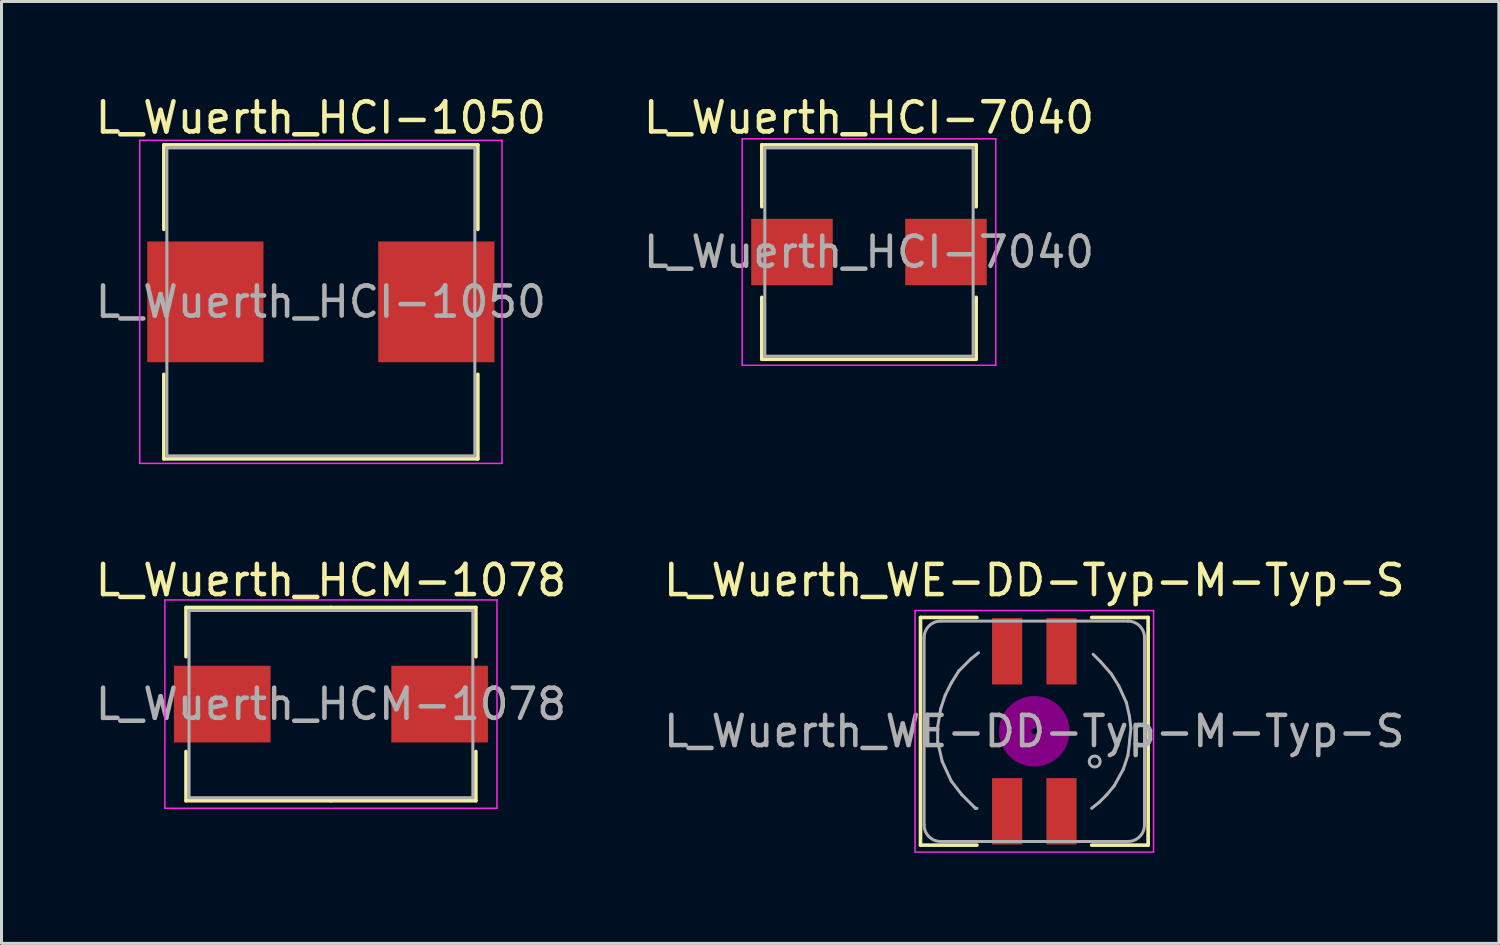
<source format=kicad_pcb>
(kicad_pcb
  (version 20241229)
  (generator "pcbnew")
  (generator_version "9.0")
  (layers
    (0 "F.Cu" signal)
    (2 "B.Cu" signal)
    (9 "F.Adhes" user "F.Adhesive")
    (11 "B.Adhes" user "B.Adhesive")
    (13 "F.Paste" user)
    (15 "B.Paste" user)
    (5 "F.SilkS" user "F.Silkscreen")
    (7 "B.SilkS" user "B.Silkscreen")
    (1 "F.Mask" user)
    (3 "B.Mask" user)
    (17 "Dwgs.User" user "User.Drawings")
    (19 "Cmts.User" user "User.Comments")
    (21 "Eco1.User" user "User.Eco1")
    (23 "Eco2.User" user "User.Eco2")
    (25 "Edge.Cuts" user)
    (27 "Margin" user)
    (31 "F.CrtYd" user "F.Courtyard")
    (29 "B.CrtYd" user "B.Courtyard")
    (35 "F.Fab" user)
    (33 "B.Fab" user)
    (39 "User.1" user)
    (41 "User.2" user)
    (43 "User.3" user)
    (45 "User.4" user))
  (footprint "L_Wuerth_WE-DD-Typ-M-Typ-S"
    (layer "F.Cu")
    (at 31.208 21.172)
    (property "Reference" "L_Wuerth_WE-DD-Typ-M-Typ-S" (at 0 -5 0) (layer "F.SilkS") (effects (font (size 1 1) (thickness 0.15))))
    (attr smd)
    (fp_line (start -3.77 -3.77) (end -1.9 -3.77) (stroke (width 0.12) (type solid)) (layer "F.SilkS"))
    (fp_line (start -3.77 3.77) (end -3.77 -3.77) (stroke (width 0.12) (type solid)) (layer "F.SilkS"))
    (fp_line (start -1.9 3.77) (end -3.77 3.77) (stroke (width 0.12) (type solid)) (layer "F.SilkS"))
    (fp_line (start 1.9 -3.77) (end 3.77 -3.77) (stroke (width 0.12) (type solid)) (layer "F.SilkS"))
    (fp_line (start 3.77 -3.77) (end 3.77 3.77) (stroke (width 0.12) (type solid)) (layer "F.SilkS"))
    (fp_line (start 3.77 3.77) (end 1.9 3.77) (stroke (width 0.12) (type solid)) (layer "F.SilkS"))
    (fp_circle (center 0 0) (end 0.1 0) (stroke (width 0.3) (type solid)) (fill no) (layer "F.Adhes"))
    (fp_circle (center 0 0) (end 0.3 -0.1) (stroke (width 0.3) (type solid)) (fill no) (layer "F.Adhes"))
    (fp_circle (center 0 0) (end 0.6 0) (stroke (width 0.3) (type solid)) (fill no) (layer "F.Adhes"))
    (fp_circle (center 0 0) (end 0.8 -0.1) (stroke (width 0.3) (type solid)) (fill no) (layer "F.Adhes"))
    (fp_circle (center 0 0) (end 1 -0.2) (stroke (width 0.3) (type solid)) (fill no) (layer "F.Adhes"))
    (fp_circle (center 0.8 0) (end 0.8 0) (stroke (width 0.3) (type solid)) (fill no) (layer "F.Adhes"))
    (fp_line (start -3.95 -4) (end 3.95 -4) (stroke (width 0.05) (type solid)) (layer "F.CrtYd"))
    (fp_line (start -3.95 4) (end -3.95 -4) (stroke (width 0.05) (type solid)) (layer "F.CrtYd"))
    (fp_line (start 3.95 -4) (end 3.95 4) (stroke (width 0.05) (type solid)) (layer "F.CrtYd"))
    (fp_line (start 3.95 4) (end -3.95 4) (stroke (width 0.05) (type solid)) (layer "F.CrtYd"))
    (fp_line (start -3.65 -3.1) (end -3.65 3.1) (stroke (width 0.1) (type solid)) (layer "F.Fab"))
    (fp_line (start -3.2 -0.15) (end -3.2 0.35) (stroke (width 0.1) (type solid)) (layer "F.Fab"))
    (fp_line (start -3.2 0.35) (end -3.05 1) (stroke (width 0.1) (type solid)) (layer "F.Fab"))
    (fp_line (start -3.1 -0.75) (end -3.2 -0.15) (stroke (width 0.1) (type solid)) (layer "F.Fab"))
    (fp_line (start -3.1 3.65) (end 3.1 3.65) (stroke (width 0.1) (type solid)) (layer "F.Fab"))
    (fp_line (start -3.05 1) (end -2.75 1.65) (stroke (width 0.1) (type solid)) (layer "F.Fab"))
    (fp_line (start -2.95 -1.2) (end -3.1 -0.75) (stroke (width 0.1) (type solid)) (layer "F.Fab"))
    (fp_line (start -2.75 -1.6) (end -2.95 -1.2) (stroke (width 0.1) (type solid)) (layer "F.Fab"))
    (fp_line (start -2.75 1.65) (end -2.4 2.1) (stroke (width 0.1) (type solid)) (layer "F.Fab"))
    (fp_line (start -2.5 -2) (end -2.75 -1.6) (stroke (width 0.1) (type solid)) (layer "F.Fab"))
    (fp_line (start -2.4 2.1) (end -1.95 2.55) (stroke (width 0.1) (type solid)) (layer "F.Fab"))
    (fp_line (start -2.1 -2.4) (end -2.5 -2) (stroke (width 0.1) (type solid)) (layer "F.Fab"))
    (fp_line (start -1.95 2.55) (end -1.9 2.55) (stroke (width 0.1) (type solid)) (layer "F.Fab"))
    (fp_line (start -1.85 -2.6) (end -2.1 -2.4) (stroke (width 0.1) (type solid)) (layer "F.Fab"))
    (fp_line (start 1.95 -2.55) (end 2.2 -2.3) (stroke (width 0.1) (type solid)) (layer "F.Fab"))
    (fp_line (start 2.15 2.35) (end 1.9 2.55) (stroke (width 0.1) (type solid)) (layer "F.Fab"))
    (fp_line (start 2.2 -2.3) (end 2.55 -1.9) (stroke (width 0.1) (type solid)) (layer "F.Fab"))
    (fp_line (start 2.4 2.1) (end 2.15 2.35) (stroke (width 0.1) (type solid)) (layer "F.Fab"))
    (fp_line (start 2.55 -1.9) (end 2.8 -1.5) (stroke (width 0.1) (type solid)) (layer "F.Fab"))
    (fp_line (start 2.65 1.8) (end 2.4 2.1) (stroke (width 0.1) (type solid)) (layer "F.Fab"))
    (fp_line (start 2.8 -1.5) (end 3.05 -0.95) (stroke (width 0.1) (type solid)) (layer "F.Fab"))
    (fp_line (start 2.95 1.25) (end 2.65 1.8) (stroke (width 0.1) (type solid)) (layer "F.Fab"))
    (fp_line (start 3.05 -0.95) (end 3.15 -0.5) (stroke (width 0.1) (type solid)) (layer "F.Fab"))
    (fp_line (start 3.1 -3.65) (end -3.1 -3.65) (stroke (width 0.1) (type solid)) (layer "F.Fab"))
    (fp_line (start 3.1 0.8) (end 2.95 1.25) (stroke (width 0.1) (type solid)) (layer "F.Fab"))
    (fp_line (start 3.15 -0.5) (end 3.2 -0.1) (stroke (width 0.1) (type solid)) (layer "F.Fab"))
    (fp_line (start 3.15 0.4) (end 3.1 0.8) (stroke (width 0.1) (type solid)) (layer "F.Fab"))
    (fp_line (start 3.2 -0.1) (end 3.15 0.35) (stroke (width 0.1) (type solid)) (layer "F.Fab"))
    (fp_line (start 3.65 -3.1) (end 3.65 3.1) (stroke (width 0.1) (type solid)) (layer "F.Fab"))
    (fp_arc (start -3.65 -3.1) (mid -3.488909 -3.488909) (end -3.1 -3.65) (stroke (width 0.1) (type solid)) (layer "F.Fab"))
    (fp_arc (start -3.1 3.65) (mid -3.488909 3.488909) (end -3.65 3.1) (stroke (width 0.1) (type solid)) (layer "F.Fab"))
    (fp_arc (start 3.1 -3.65) (mid 3.488909 -3.488909) (end 3.65 -3.1) (stroke (width 0.1) (type solid)) (layer "F.Fab"))
    (fp_arc (start 3.65 3.1) (mid 3.488909 3.488909) (end 3.1 3.65) (stroke (width 0.1) (type solid)) (layer "F.Fab"))
    (fp_circle (center 2 1) (end 2.15 0.9) (stroke (width 0.1) (type solid)) (fill no) (layer "F.Fab"))
    (fp_text user "${REFERENCE}" (at 0 0 0) (layer "F.Fab") (effects (font (size 1 1) (thickness 0.15))))
    (pad "1" smd rect (at -0.9 2.65) (size 1 2.2) (layers "F.Cu" "F.Mask" "F.Paste"))
    (pad "2" smd rect (at -0.9 -2.65) (size 1 2.2) (layers "F.Cu" "F.Mask" "F.Paste"))
    (pad "3" smd rect (at 0.9 -2.65) (size 1 2.2) (layers "F.Cu" "F.Mask" "F.Paste"))
    (pad "4" smd rect (at 0.9 2.65) (size 1 2.2) (layers "F.Cu" "F.Mask" "F.Paste")))
  (footprint "L_Wuerth_HCI-1050"
    (layer "F.Cu")
    (at 7.577 6.948)
    (property "Reference" "L_Wuerth_HCI-1050" (at 0 -6.1 0) (layer "F.SilkS") (effects (font (size 1 1) (thickness 0.15))))
    (attr smd)
    (fp_line (start -5.2 -5.2) (end 5.2 -5.2) (stroke (width 0.12) (type solid)) (layer "F.SilkS"))
    (fp_line (start -5.2 -2.4) (end -5.2 -5.2) (stroke (width 0.12) (type solid)) (layer "F.SilkS"))
    (fp_line (start -5.2 2.4) (end -5.2 5.2) (stroke (width 0.12) (type solid)) (layer "F.SilkS"))
    (fp_line (start -5.2 5.2) (end 5.2 5.2) (stroke (width 0.12) (type solid)) (layer "F.SilkS"))
    (fp_line (start 5.2 -5.2) (end 5.2 -2.4) (stroke (width 0.12) (type solid)) (layer "F.SilkS"))
    (fp_line (start 5.2 5.2) (end 5.2 2.4) (stroke (width 0.12) (type solid)) (layer "F.SilkS"))
    (fp_line (start -6 -5.35) (end -6 5.35) (stroke (width 0.05) (type solid)) (layer "F.CrtYd"))
    (fp_line (start -6 5.35) (end 6 5.35) (stroke (width 0.05) (type solid)) (layer "F.CrtYd"))
    (fp_line (start 6 -5.35) (end -6 -5.35) (stroke (width 0.05) (type solid)) (layer "F.CrtYd"))
    (fp_line (start 6 5.35) (end 6 -5.35) (stroke (width 0.05) (type solid)) (layer "F.CrtYd"))
    (fp_line (start -5.1 -5.1) (end -5.1 5.1) (stroke (width 0.1) (type solid)) (layer "F.Fab"))
    (fp_line (start -5.1 5.1) (end 5.1 5.1) (stroke (width 0.1) (type solid)) (layer "F.Fab"))
    (fp_line (start 5.1 -5.1) (end -5.1 -5.1) (stroke (width 0.1) (type solid)) (layer "F.Fab"))
    (fp_line (start 5.1 5.1) (end 5.1 -5.1) (stroke (width 0.1) (type solid)) (layer "F.Fab"))
    (fp_text user "${REFERENCE}" (at 0 0 0) (layer "F.Fab") (effects (font (size 1 1) (thickness 0.15))))
    (pad "1" smd rect (at -3.825 0) (size 3.85 4) (layers "F.Cu" "F.Mask" "F.Paste"))
    (pad "2" smd rect (at 3.825 0) (size 3.85 4) (layers "F.Cu" "F.Mask" "F.Paste")))
  (footprint "L_Wuerth_HCI-7040"
    (layer "F.Cu")
    (at 25.732 5.298)
    (property "Reference" "L_Wuerth_HCI-7040" (at 0 -4.45 0) (layer "F.SilkS") (effects (font (size 1 1) (thickness 0.15))))
    (attr smd)
    (fp_line (start -3.55 -3.55) (end 3.55 -3.55) (stroke (width 0.12) (type solid)) (layer "F.SilkS"))
    (fp_line (start -3.55 -1.5) (end -3.55 -3.55) (stroke (width 0.12) (type solid)) (layer "F.SilkS"))
    (fp_line (start -3.55 1.5) (end -3.55 3.55) (stroke (width 0.12) (type solid)) (layer "F.SilkS"))
    (fp_line (start -3.55 3.55) (end 3.55 3.55) (stroke (width 0.12) (type solid)) (layer "F.SilkS"))
    (fp_line (start 3.55 -3.55) (end 3.55 -1.5) (stroke (width 0.12) (type solid)) (layer "F.SilkS"))
    (fp_line (start 3.55 3.55) (end 3.55 1.5) (stroke (width 0.12) (type solid)) (layer "F.SilkS"))
    (fp_line (start -4.2 -3.75) (end -4.2 3.75) (stroke (width 0.05) (type solid)) (layer "F.CrtYd"))
    (fp_line (start -4.2 3.75) (end 4.2 3.75) (stroke (width 0.05) (type solid)) (layer "F.CrtYd"))
    (fp_line (start 4.2 -3.75) (end -4.2 -3.75) (stroke (width 0.05) (type solid)) (layer "F.CrtYd"))
    (fp_line (start 4.2 3.75) (end 4.2 -3.75) (stroke (width 0.05) (type solid)) (layer "F.CrtYd"))
    (fp_line (start -3.45 -3.45) (end -3.45 3.45) (stroke (width 0.1) (type solid)) (layer "F.Fab"))
    (fp_line (start -3.45 3.45) (end 3.45 3.45) (stroke (width 0.1) (type solid)) (layer "F.Fab"))
    (fp_line (start 3.45 -3.45) (end -3.45 -3.45) (stroke (width 0.1) (type solid)) (layer "F.Fab"))
    (fp_line (start 3.45 3.45) (end 3.45 -3.45) (stroke (width 0.1) (type solid)) (layer "F.Fab"))
    (fp_text user "${REFERENCE}" (at 0 0 0) (layer "F.Fab") (effects (font (size 1 1) (thickness 0.15))))
    (pad "1" smd rect (at -2.55 0) (size 2.7 2.2) (layers "F.Cu" "F.Mask" "F.Paste"))
    (pad "2" smd rect (at 2.55 0) (size 2.7 2.2) (layers "F.Cu" "F.Mask" "F.Paste")))
  (footprint "L_Wuerth_HCM-1078"
    (layer "F.Cu")
    (at 7.911 20.271)
    (property "Reference" "L_Wuerth_HCM-1078" (at 0 -4.1 0) (layer "F.SilkS") (effects (font (size 1 1) (thickness 0.15))))
    (attr smd)
    (fp_line (start -4.8 -3.2) (end 0 -3.2) (stroke (width 0.12) (type solid)) (layer "F.SilkS"))
    (fp_line (start -4.8 -1.57) (end -4.8 -3.2) (stroke (width 0.12) (type solid)) (layer "F.SilkS"))
    (fp_line (start -4.8 1.57) (end -4.8 3.2) (stroke (width 0.12) (type solid)) (layer "F.SilkS"))
    (fp_line (start -4.8 3.2) (end 0 3.2) (stroke (width 0.12) (type solid)) (layer "F.SilkS"))
    (fp_line (start 4.8 -3.2) (end 0 -3.2) (stroke (width 0.12) (type solid)) (layer "F.SilkS"))
    (fp_line (start 4.8 -1.57) (end 4.8 -3.2) (stroke (width 0.12) (type solid)) (layer "F.SilkS"))
    (fp_line (start 4.8 1.57) (end 4.8 3.2) (stroke (width 0.12) (type solid)) (layer "F.SilkS"))
    (fp_line (start 4.8 3.2) (end 0 3.2) (stroke (width 0.12) (type solid)) (layer "F.SilkS"))
    (fp_line (start -5.5 -3.45) (end -5.5 3.45) (stroke (width 0.05) (type solid)) (layer "F.CrtYd"))
    (fp_line (start -5.5 3.45) (end 5.5 3.45) (stroke (width 0.05) (type solid)) (layer "F.CrtYd"))
    (fp_line (start 5.5 -3.45) (end -5.5 -3.45) (stroke (width 0.05) (type solid)) (layer "F.CrtYd"))
    (fp_line (start 5.5 3.45) (end 5.5 -3.45) (stroke (width 0.05) (type solid)) (layer "F.CrtYd"))
    (fp_line (start -4.7 -3.1) (end -4.7 3.1) (stroke (width 0.1) (type solid)) (layer "F.Fab"))
    (fp_line (start -4.7 3.1) (end 4.7 3.1) (stroke (width 0.1) (type solid)) (layer "F.Fab"))
    (fp_line (start 4.7 -3.1) (end -4.7 -3.1) (stroke (width 0.1) (type solid)) (layer "F.Fab"))
    (fp_line (start 4.7 3.1) (end 4.7 -3.1) (stroke (width 0.1) (type solid)) (layer "F.Fab"))
    (fp_text user "${REFERENCE}" (at 0 0 0) (layer "F.Fab") (effects (font (size 1 1) (thickness 0.15))))
    (pad "1" smd rect (at -3.6 0) (size 3.2 2.54) (layers "F.Cu" "F.Mask" "F.Paste"))
    (pad "2" smd rect (at 3.6 0) (size 3.2 2.54) (layers "F.Cu" "F.Mask" "F.Paste")))
  (gr_rect
    (start -3 -3)
    (end 46.595 28.197)
    (stroke (width 0.1) (type default))
    (fill no)
    (layer "Edge.Cuts")))
</source>
